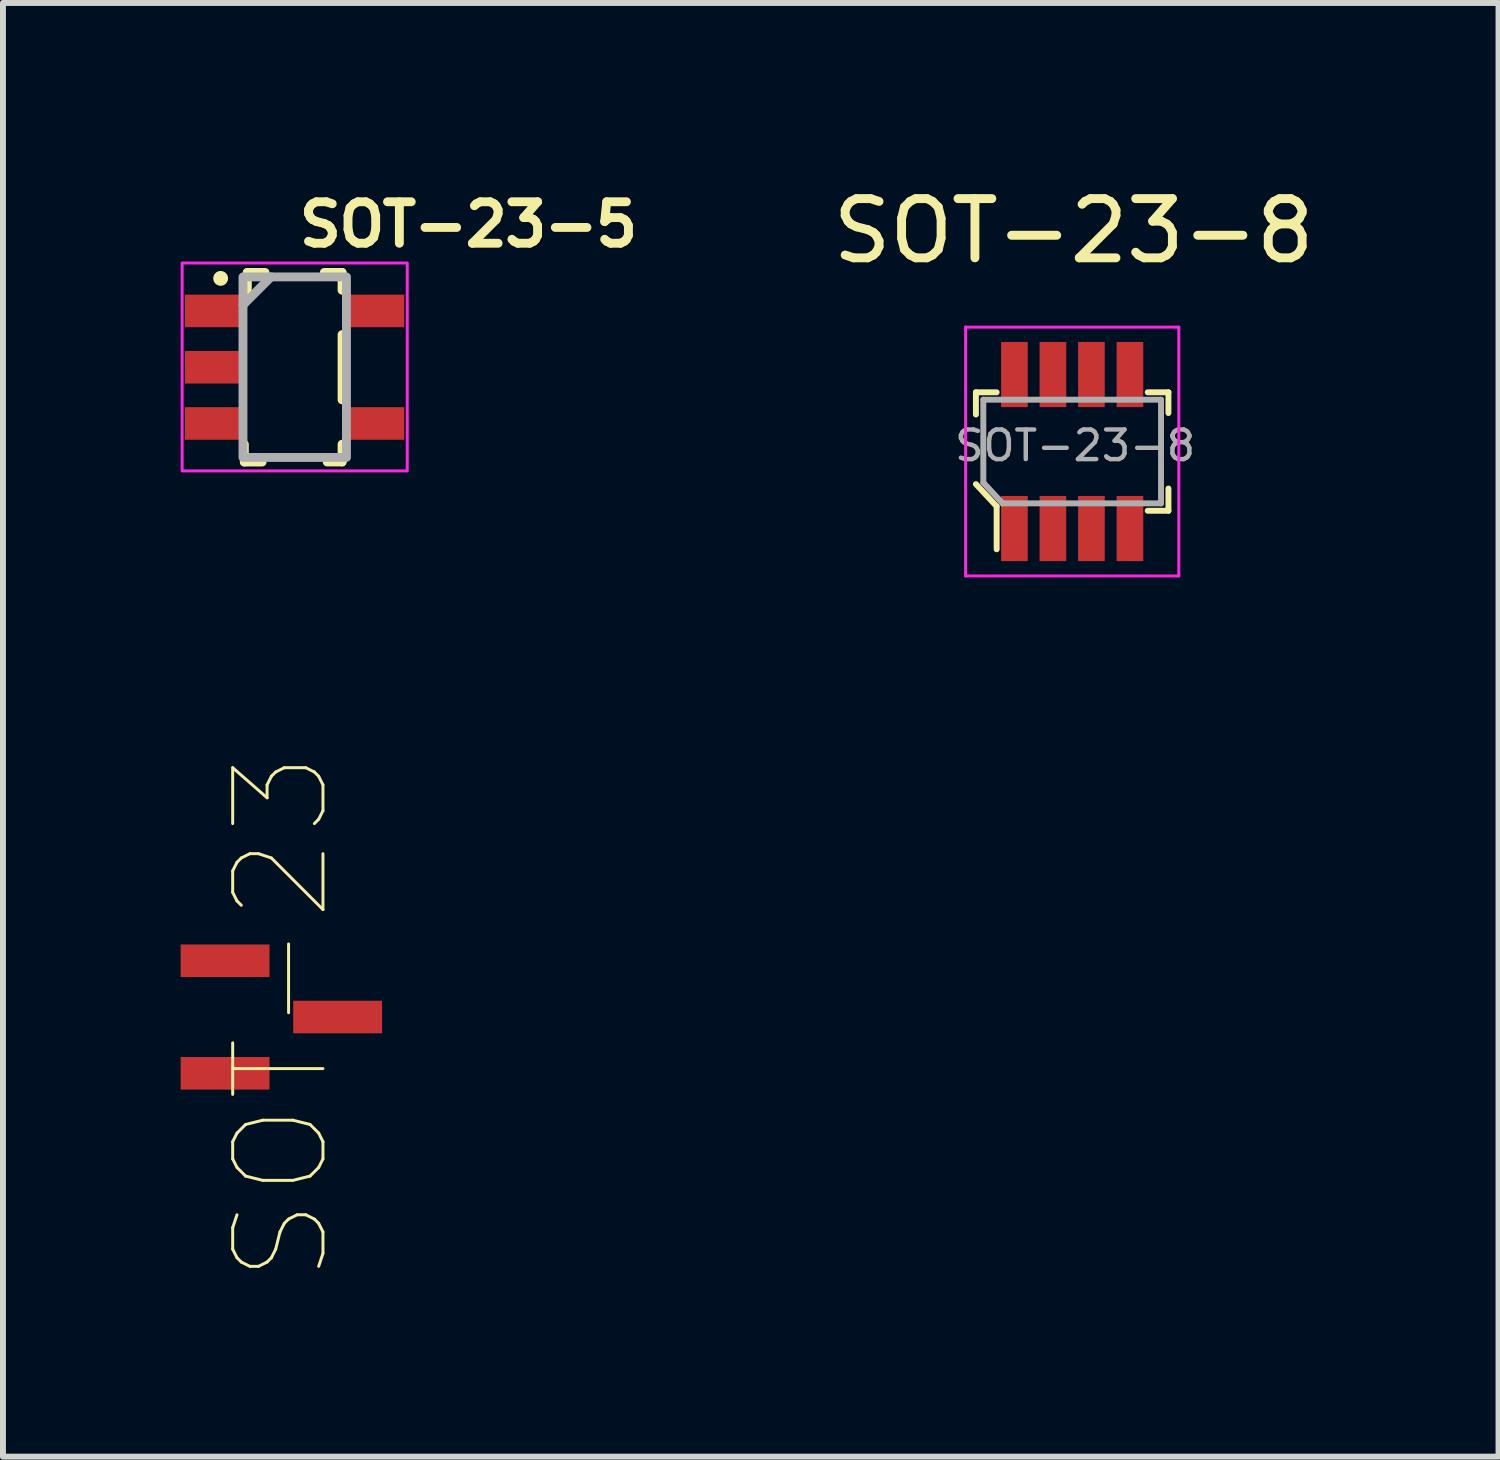
<source format=kicad_pcb>
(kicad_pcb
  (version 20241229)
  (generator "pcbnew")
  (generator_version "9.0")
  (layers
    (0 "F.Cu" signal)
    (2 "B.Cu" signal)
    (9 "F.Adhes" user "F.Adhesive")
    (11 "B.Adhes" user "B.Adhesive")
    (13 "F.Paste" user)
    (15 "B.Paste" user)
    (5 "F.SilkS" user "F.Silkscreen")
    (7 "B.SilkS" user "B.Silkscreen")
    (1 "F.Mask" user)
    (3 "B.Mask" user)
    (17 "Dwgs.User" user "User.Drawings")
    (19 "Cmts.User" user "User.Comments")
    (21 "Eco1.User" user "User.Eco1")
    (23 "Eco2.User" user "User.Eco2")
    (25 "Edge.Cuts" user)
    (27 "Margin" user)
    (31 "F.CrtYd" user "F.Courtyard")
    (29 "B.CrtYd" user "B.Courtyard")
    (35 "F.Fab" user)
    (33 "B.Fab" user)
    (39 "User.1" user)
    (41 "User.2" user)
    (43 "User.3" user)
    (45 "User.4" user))
  (footprint "SOT-23-8"
    (layer "F.Cu")
    (at 15.051 4.573)
    (property "Reference" "SOT-23-8" (at 0.025 -3.725 0) (layer "F.SilkS") (effects (font (size 1 1) (thickness 0.15))))
    (attr smd)
    (fp_line (start -1.625 -1) (end -1.625 -0.625) (stroke (width 0.1) (type solid)) (layer "F.SilkS"))
    (fp_line (start -1.625 0.55) (end -1.275 0.925) (stroke (width 0.1) (type solid)) (layer "F.SilkS"))
    (fp_line (start -1.275 -1) (end -1.625 -1) (stroke (width 0.1) (type solid)) (layer "F.SilkS"))
    (fp_line (start -1.275 0.925) (end -1.275 1.65) (stroke (width 0.1) (type solid)) (layer "F.SilkS"))
    (fp_line (start 1.275 -1) (end 1.625 -1) (stroke (width 0.1) (type solid)) (layer "F.SilkS"))
    (fp_line (start 1.625 -1) (end 1.625 -0.65) (stroke (width 0.1) (type solid)) (layer "F.SilkS"))
    (fp_line (start 1.625 0.625) (end 1.625 1) (stroke (width 0.1) (type solid)) (layer "F.SilkS"))
    (fp_line (start 1.625 1) (end 1.275 1) (stroke (width 0.1) (type solid)) (layer "F.SilkS"))
    (fp_line (start -1.8 -2.1) (end -1.8 2.1) (stroke (width 0.05) (type solid)) (layer "F.CrtYd"))
    (fp_line (start -1.8 -2.1) (end 1.8 -2.1) (stroke (width 0.05) (type solid)) (layer "F.CrtYd"))
    (fp_line (start 1.8 -2.1) (end 1.8 2.1) (stroke (width 0.05) (type solid)) (layer "F.CrtYd"))
    (fp_line (start 1.8 2.1) (end -1.8 2.1) (stroke (width 0.05) (type solid)) (layer "F.CrtYd"))
    (fp_line (start -1.5 -0.875) (end -1.5 0.525) (stroke (width 0.1) (type solid)) (layer "F.Fab"))
    (fp_line (start -1.5 0.525) (end -1.175 0.875) (stroke (width 0.1) (type solid)) (layer "F.Fab"))
    (fp_line (start -1.175 0.875) (end 1.5 0.875) (stroke (width 0.1) (type solid)) (layer "F.Fab"))
    (fp_line (start 1.5 -0.875) (end -1.5 -0.875) (stroke (width 0.1) (type solid)) (layer "F.Fab"))
    (fp_line (start 1.5 -0.875) (end 1.5 0.875) (stroke (width 0.1) (type solid)) (layer "F.Fab"))
    (fp_text user "${REFERENCE}" (at 0.05 -0.1 0) (layer "F.Fab") (effects (font (size 0.5 0.5) (thickness 0.075))))
    (pad "1" smd rect (at -0.975 1.3) (size 0.45 1.1) (layers "F.Cu" "F.Mask" "F.Paste"))
    (pad "2" smd rect (at -0.325 1.3) (size 0.45 1.1) (layers "F.Cu" "F.Mask" "F.Paste"))
    (pad "3" smd rect (at 0.325 1.3) (size 0.45 1.1) (layers "F.Cu" "F.Mask" "F.Paste"))
    (pad "4" smd rect (at 0.975 1.3) (size 0.45 1.1) (layers "F.Cu" "F.Mask" "F.Paste"))
    (pad "5" smd rect (at 0.975 -1.3) (size 0.45 1.1) (layers "F.Cu" "F.Mask" "F.Paste"))
    (pad "6" smd rect (at 0.325 -1.3) (size 0.45 1.1) (layers "F.Cu" "F.Mask" "F.Paste"))
    (pad "7" smd rect (at -0.325 -1.3) (size 0.45 1.1) (layers "F.Cu" "F.Mask" "F.Paste"))
    (pad "8" smd rect (at -0.975 -1.3) (size 0.45 1.1) (layers "F.Cu" "F.Mask" "F.Paste")))
  (footprint "SOT-23"
    (layer "F.Cu")
    (at 1.7 14.12)
    (property "Reference" "SOT-23" (at 0 0 270) (layer "F.SilkS") (effects (font (size 1.524 1.524) (thickness 0.05))))
    (attr smd)
    (pad "1" smd rect (at -0.95 -0.95 90) (size 0.55 1.5) (layers "F.Cu" "F.Mask" "F.Paste"))
    (pad "2" smd rect (at -0.95 0.95 90) (size 0.55 1.5) (layers "F.Cu" "F.Mask" "F.Paste"))
    (pad "3" smd rect (at 0.95 0 90) (size 0.55 1.5) (layers "F.Cu" "F.Mask" "F.Paste")))
  (footprint "SOT-23-5"
    (layer "F.Cu")
    (at 1.925 3.15)
    (property "Reference" "SOT-23-5" (at 0.002 -2 0) (layer "F.SilkS") (effects (font (size 0.7 0.7) (thickness 0.15)) (justify left bottom)))
    (attr smd)
    (fp_line (start -0.85 1.6) (end -0.85 1.301) (stroke (width 0.15) (type solid)) (layer "F.SilkS"))
    (fp_line (start -0.8 -1.6) (end -0.8 -1.3) (stroke (width 0.15) (type solid)) (layer "F.SilkS"))
    (fp_line (start -0.8 -1.6) (end -0.5 -1.6) (stroke (width 0.15) (type solid)) (layer "F.SilkS"))
    (fp_line (start -0.55 1.6) (end -0.85 1.6) (stroke (width 0.15) (type solid)) (layer "F.SilkS"))
    (fp_line (start 0.8 -1.6) (end 0.5 -1.6) (stroke (width 0.15) (type solid)) (layer "F.SilkS"))
    (fp_line (start 0.8 -1.3) (end 0.8 -1.6) (stroke (width 0.15) (type solid)) (layer "F.SilkS"))
    (fp_line (start 0.8 0.55) (end 0.8 -0.55) (stroke (width 0.15) (type solid)) (layer "F.SilkS"))
    (fp_line (start 0.8 1.3) (end 0.8 1.599) (stroke (width 0.15) (type solid)) (layer "F.SilkS"))
    (fp_line (start 0.8 1.599) (end 0.549 1.599) (stroke (width 0.15) (type solid)) (layer "F.SilkS"))
    (fp_circle (center -1.25 -1.5) (end -1.2 -1.5) (stroke (width 0.15) (type solid)) (fill yes) (layer "F.SilkS"))
    (fp_rect (start 1.9 -1.76) (end -1.9 1.75) (stroke (width 0.05) (type solid)) (fill no) (layer "F.CrtYd"))
    (fp_line (start -0.398 -1.526) (end -0.874 -1.05) (stroke (width 0.15) (type solid)) (layer "F.Fab"))
    (fp_rect (start 0.874 1.523) (end -0.873 -1.525) (stroke (width 0.15) (type solid)) (fill no) (layer "F.Fab"))
    (fp_rect (start 1.249 -1.5) (end -1.25 1.499) (stroke (width 0.1) (type solid)) (fill no) (layer "User.5"))
    (fp_line (start -1.25 -1.176) (end -1.25 -0.725) (stroke (width 0.02) (type solid)) (layer "User.9"))
    (fp_line (start -1.25 0.225) (end -1.25 -0.227) (stroke (width 0.02) (type solid)) (layer "User.9"))
    (fp_line (start -1.25 1.175) (end -1.25 0.723) (stroke (width 0.02) (type solid)) (layer "User.9"))
    (fp_line (start -1.027 -1.176) (end -1.25 -1.176) (stroke (width 0.02) (type solid)) (layer "User.9"))
    (fp_line (start -1.027 -1.176) (end -0.977 -1.176) (stroke (width 0.02) (type solid)) (layer "User.9"))
    (fp_line (start -1.027 -0.725) (end -1.25 -0.725) (stroke (width 0.02) (type solid)) (layer "User.9"))
    (fp_line (start -1.027 -0.227) (end -1.25 -0.227) (stroke (width 0.02) (type solid)) (layer "User.9"))
    (fp_line (start -1.027 -0.227) (end -0.977 -0.227) (stroke (width 0.02) (type solid)) (layer "User.9"))
    (fp_line (start -1.027 0.225) (end -1.25 0.225) (stroke (width 0.02) (type solid)) (layer "User.9"))
    (fp_line (start -1.027 0.723) (end -1.25 0.723) (stroke (width 0.02) (type solid)) (layer "User.9"))
    (fp_line (start -1.027 0.723) (end -0.977 0.723) (stroke (width 0.02) (type solid)) (layer "User.9"))
    (fp_line (start -1.027 1.175) (end -1.25 1.175) (stroke (width 0.02) (type solid)) (layer "User.9"))
    (fp_line (start -0.977 -0.725) (end -1.027 -0.725) (stroke (width 0.02) (type solid)) (layer "User.9"))
    (fp_line (start -0.977 0.225) (end -1.027 0.225) (stroke (width 0.02) (type solid)) (layer "User.9"))
    (fp_line (start -0.977 1.175) (end -1.027 1.175) (stroke (width 0.02) (type solid)) (layer "User.9"))
    (fp_line (start -0.956 -1.176) (end -0.977 -1.176) (stroke (width 0.02) (type solid)) (layer "User.9"))
    (fp_line (start -0.956 -1.176) (end -0.756 -1.176) (stroke (width 0.02) (type solid)) (layer "User.9"))
    (fp_line (start -0.956 -0.725) (end -0.977 -0.725) (stroke (width 0.02) (type solid)) (layer "User.9"))
    (fp_line (start -0.956 -0.227) (end -0.977 -0.227) (stroke (width 0.02) (type solid)) (layer "User.9"))
    (fp_line (start -0.956 -0.227) (end -0.756 -0.227) (stroke (width 0.02) (type solid)) (layer "User.9"))
    (fp_line (start -0.956 0.225) (end -0.977 0.225) (stroke (width 0.02) (type solid)) (layer "User.9"))
    (fp_line (start -0.956 0.723) (end -0.977 0.723) (stroke (width 0.02) (type solid)) (layer "User.9"))
    (fp_line (start -0.956 0.723) (end -0.756 0.723) (stroke (width 0.02) (type solid)) (layer "User.9"))
    (fp_line (start -0.956 1.175) (end -0.977 1.175) (stroke (width 0.02) (type solid)) (layer "User.9"))
    (fp_line (start -0.756 -0.725) (end -0.956 -0.725) (stroke (width 0.02) (type solid)) (layer "User.9"))
    (fp_line (start -0.756 0.225) (end -0.956 0.225) (stroke (width 0.02) (type solid)) (layer "User.9"))
    (fp_line (start -0.756 1.175) (end -0.956 1.175) (stroke (width 0.02) (type solid)) (layer "User.9"))
    (fp_line (start -0.7 -1.5) (end -0.7 -1.176) (stroke (width 0.02) (type solid)) (layer "User.9"))
    (fp_line (start -0.7 -1.176) (end -0.756 -1.176) (stroke (width 0.02) (type solid)) (layer "User.9"))
    (fp_line (start -0.7 -1.176) (end -0.7 -0.725) (stroke (width 0.02) (type solid)) (layer "User.9"))
    (fp_line (start -0.7 -0.725) (end -0.756 -0.725) (stroke (width 0.02) (type solid)) (layer "User.9"))
    (fp_line (start -0.7 -0.725) (end -0.7 -0.227) (stroke (width 0.02) (type solid)) (layer "User.9"))
    (fp_line (start -0.7 -0.227) (end -0.756 -0.227) (stroke (width 0.02) (type solid)) (layer "User.9"))
    (fp_line (start -0.7 -0.227) (end -0.7 0.225) (stroke (width 0.02) (type solid)) (layer "User.9"))
    (fp_line (start -0.7 0.225) (end -0.756 0.225) (stroke (width 0.02) (type solid)) (layer "User.9"))
    (fp_line (start -0.7 0.225) (end -0.7 0.723) (stroke (width 0.02) (type solid)) (layer "User.9"))
    (fp_line (start -0.7 0.723) (end -0.756 0.723) (stroke (width 0.02) (type solid)) (layer "User.9"))
    (fp_line (start -0.7 0.723) (end -0.7 1.175) (stroke (width 0.02) (type solid)) (layer "User.9"))
    (fp_line (start -0.7 1.175) (end -0.756 1.175) (stroke (width 0.02) (type solid)) (layer "User.9"))
    (fp_line (start -0.7 1.175) (end -0.7 1.499) (stroke (width 0.02) (type solid)) (layer "User.9"))
    (fp_line (start -0.7 1.499) (end 0.7 1.499) (stroke (width 0.02) (type solid)) (layer "User.9"))
    (fp_line (start -0.652 -1.452) (end -0.7 -1.5) (stroke (width 0.02) (type solid)) (layer "User.9"))
    (fp_line (start -0.652 -1.452) (end -0.652 1.451) (stroke (width 0.02) (type solid)) (layer "User.9"))
    (fp_line (start -0.652 1.451) (end -0.7 1.499) (stroke (width 0.02) (type solid)) (layer "User.9"))
    (fp_line (start -0.652 1.451) (end 0.652 1.451) (stroke (width 0.02) (type solid)) (layer "User.9"))
    (fp_line (start 0.652 -1.452) (end -0.652 -1.452) (stroke (width 0.02) (type solid)) (layer "User.9"))
    (fp_line (start 0.652 -1.452) (end 0.7 -1.5) (stroke (width 0.02) (type solid)) (layer "User.9"))
    (fp_line (start 0.652 1.451) (end 0.652 -1.452) (stroke (width 0.02) (type solid)) (layer "User.9"))
    (fp_line (start 0.652 1.451) (end 0.7 1.499) (stroke (width 0.02) (type solid)) (layer "User.9"))
    (fp_line (start 0.7 -1.5) (end -0.7 -1.5) (stroke (width 0.02) (type solid)) (layer "User.9"))
    (fp_line (start 0.7 -1.176) (end 0.7 -1.5) (stroke (width 0.02) (type solid)) (layer "User.9"))
    (fp_line (start 0.7 -1.176) (end 0.756 -1.176) (stroke (width 0.02) (type solid)) (layer "User.9"))
    (fp_line (start 0.7 -0.725) (end 0.7 -1.176) (stroke (width 0.02) (type solid)) (layer "User.9"))
    (fp_line (start 0.7 -0.725) (end 0.756 -0.725) (stroke (width 0.02) (type solid)) (layer "User.9"))
    (fp_line (start 0.7 0.723) (end 0.7 -0.725) (stroke (width 0.02) (type solid)) (layer "User.9"))
    (fp_line (start 0.7 0.723) (end 0.756 0.723) (stroke (width 0.02) (type solid)) (layer "User.9"))
    (fp_line (start 0.7 1.175) (end 0.7 0.723) (stroke (width 0.02) (type solid)) (layer "User.9"))
    (fp_line (start 0.7 1.175) (end 0.756 1.175) (stroke (width 0.02) (type solid)) (layer "User.9"))
    (fp_line (start 0.7 1.499) (end 0.7 1.175) (stroke (width 0.02) (type solid)) (layer "User.9"))
    (fp_line (start 0.756 -1.176) (end 0.956 -1.176) (stroke (width 0.02) (type solid)) (layer "User.9"))
    (fp_line (start 0.756 0.723) (end 0.956 0.723) (stroke (width 0.02) (type solid)) (layer "User.9"))
    (fp_line (start 0.956 -1.176) (end 0.977 -1.176) (stroke (width 0.02) (type solid)) (layer "User.9"))
    (fp_line (start 0.956 -0.725) (end 0.756 -0.725) (stroke (width 0.02) (type solid)) (layer "User.9"))
    (fp_line (start 0.956 -0.725) (end 0.977 -0.725) (stroke (width 0.02) (type solid)) (layer "User.9"))
    (fp_line (start 0.956 0.723) (end 0.977 0.723) (stroke (width 0.02) (type solid)) (layer "User.9"))
    (fp_line (start 0.956 1.175) (end 0.756 1.175) (stroke (width 0.02) (type solid)) (layer "User.9"))
    (fp_line (start 0.956 1.175) (end 0.977 1.175) (stroke (width 0.02) (type solid)) (layer "User.9"))
    (fp_line (start 0.977 -1.176) (end 1.026 -1.176) (stroke (width 0.02) (type solid)) (layer "User.9"))
    (fp_line (start 0.977 0.723) (end 1.026 0.723) (stroke (width 0.02) (type solid)) (layer "User.9"))
    (fp_line (start 1.026 -1.176) (end 1.249 -1.176) (stroke (width 0.02) (type solid)) (layer "User.9"))
    (fp_line (start 1.026 -0.725) (end 0.977 -0.725) (stroke (width 0.02) (type solid)) (layer "User.9"))
    (fp_line (start 1.026 -0.725) (end 1.249 -0.725) (stroke (width 0.02) (type solid)) (layer "User.9"))
    (fp_line (start 1.026 0.723) (end 1.249 0.723) (stroke (width 0.02) (type solid)) (layer "User.9"))
    (fp_line (start 1.026 1.175) (end 0.977 1.175) (stroke (width 0.02) (type solid)) (layer "User.9"))
    (fp_line (start 1.026 1.175) (end 1.249 1.175) (stroke (width 0.02) (type solid)) (layer "User.9"))
    (fp_line (start 1.249 -1.176) (end 1.249 -0.725) (stroke (width 0.02) (type solid)) (layer "User.9"))
    (fp_line (start 1.249 1.175) (end 1.249 0.723) (stroke (width 0.02) (type solid)) (layer "User.9"))
    (pad "1" smd rect (at -1.351 -0.951 270) (size 0.55 1) (layers "F.Cu" "F.Mask" "F.Paste"))
    (pad "2" smd rect (at -1.351 0 270) (size 0.55 1) (layers "F.Cu" "F.Mask" "F.Paste"))
    (pad "3" smd rect (at -1.351 0.949 270) (size 0.55 1) (layers "F.Cu" "F.Mask" "F.Paste"))
    (pad "4" smd rect (at 1.35 0.949 270) (size 0.55 1) (layers "F.Cu" "F.Mask" "F.Paste"))
    (pad "5" smd rect (at 1.35 -0.951 270) (size 0.55 1) (layers "F.Cu" "F.Mask" "F.Paste")))
  (gr_rect
    (start -3 -3)
    (end 22.249 21.542)
    (stroke (width 0.1) (type default))
    (fill no)
    (layer "Edge.Cuts")))
</source>
